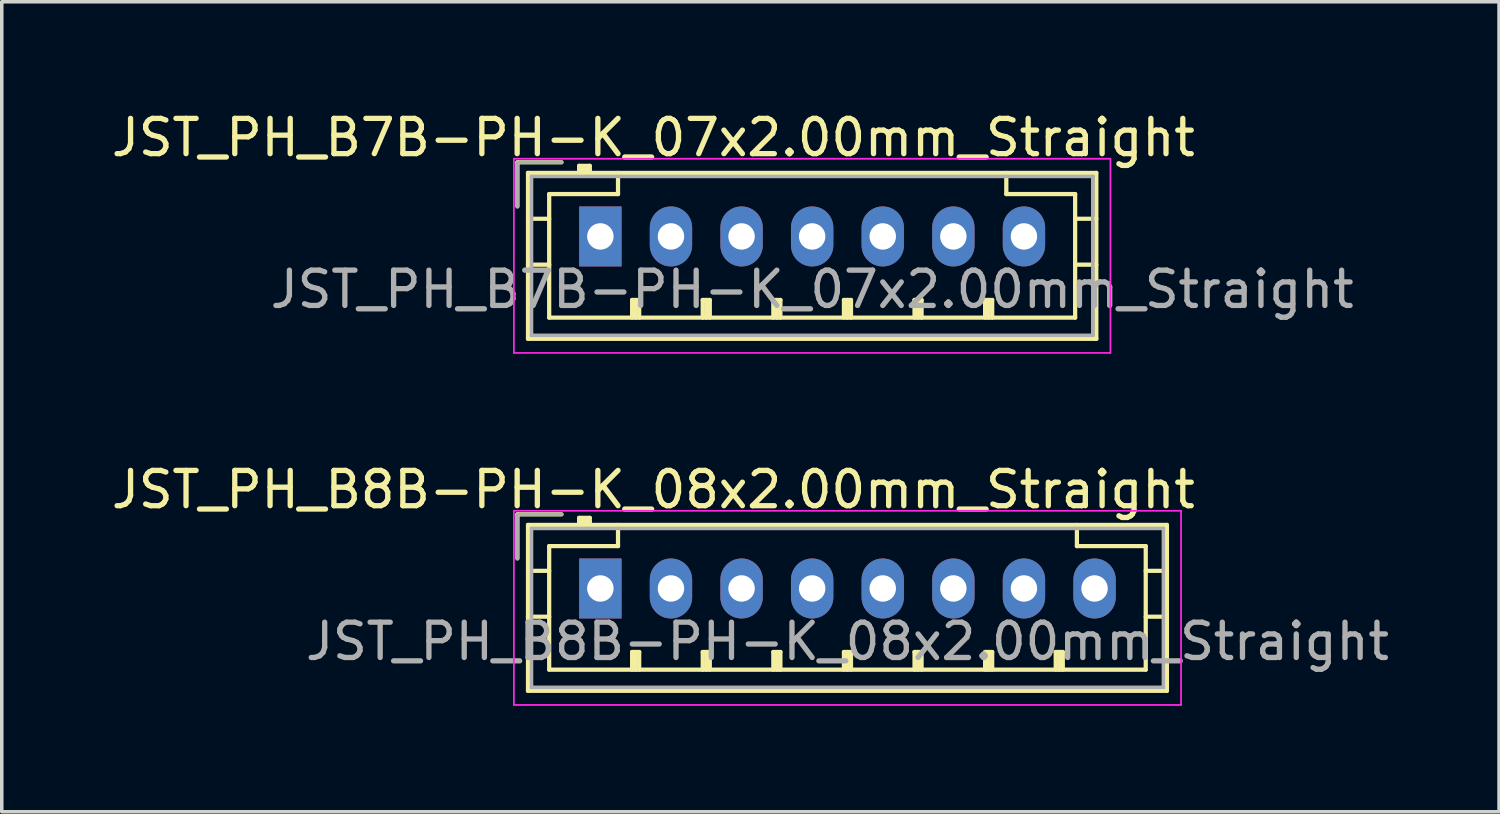
<source format=kicad_pcb>
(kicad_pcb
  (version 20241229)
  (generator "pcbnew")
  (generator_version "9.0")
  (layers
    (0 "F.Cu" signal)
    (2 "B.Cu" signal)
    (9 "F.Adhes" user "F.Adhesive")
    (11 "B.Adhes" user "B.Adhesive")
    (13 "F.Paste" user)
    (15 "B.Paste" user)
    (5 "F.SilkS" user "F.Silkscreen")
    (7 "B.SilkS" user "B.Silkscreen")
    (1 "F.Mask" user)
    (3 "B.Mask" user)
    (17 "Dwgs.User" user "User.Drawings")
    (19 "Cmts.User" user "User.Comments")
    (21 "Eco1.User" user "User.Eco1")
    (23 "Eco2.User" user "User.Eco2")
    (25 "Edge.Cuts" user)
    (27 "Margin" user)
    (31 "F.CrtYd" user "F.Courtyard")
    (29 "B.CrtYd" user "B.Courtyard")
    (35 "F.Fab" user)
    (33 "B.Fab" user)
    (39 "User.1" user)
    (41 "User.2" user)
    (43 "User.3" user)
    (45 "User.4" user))
  (footprint "JST_PH_B8B-PH-K_08x2.00mm_Straight"
    (layer "F.Cu")
    (at 13.958 13.621)
    (property "Reference" "JST_PH_B8B-PH-K_08x2.00mm_Straight" (at 1.5 -2.8 0) (layer "F.SilkS") (effects (font (size 1 1) (thickness 0.15))))
    (attr through_hole)
    (fp_line (start -2.35 -2.1) (end -2.35 -0.85) (stroke (width 0.12) (type solid)) (layer "F.SilkS"))
    (fp_line (start -2.05 -1.8) (end -2.05 2.9) (stroke (width 0.12) (type solid)) (layer "F.SilkS"))
    (fp_line (start -2.05 -0.5) (end -1.45 -0.5) (stroke (width 0.12) (type solid)) (layer "F.SilkS"))
    (fp_line (start -2.05 0.8) (end -1.45 0.8) (stroke (width 0.12) (type solid)) (layer "F.SilkS"))
    (fp_line (start -2.05 2.9) (end 16.05 2.9) (stroke (width 0.12) (type solid)) (layer "F.SilkS"))
    (fp_line (start -1.45 -1.2) (end -1.45 2.3) (stroke (width 0.12) (type solid)) (layer "F.SilkS"))
    (fp_line (start -1.45 2.3) (end 15.45 2.3) (stroke (width 0.12) (type solid)) (layer "F.SilkS"))
    (fp_line (start -1.1 -2.1) (end -2.35 -2.1) (stroke (width 0.12) (type solid)) (layer "F.SilkS"))
    (fp_line (start -0.6 -2) (end -0.6 -1.8) (stroke (width 0.12) (type solid)) (layer "F.SilkS"))
    (fp_line (start -0.3 -2) (end -0.6 -2) (stroke (width 0.12) (type solid)) (layer "F.SilkS"))
    (fp_line (start -0.3 -1.9) (end -0.6 -1.9) (stroke (width 0.12) (type solid)) (layer "F.SilkS"))
    (fp_line (start -0.3 -1.8) (end -0.3 -2) (stroke (width 0.12) (type solid)) (layer "F.SilkS"))
    (fp_line (start 0.5 -1.8) (end 0.5 -1.2) (stroke (width 0.12) (type solid)) (layer "F.SilkS"))
    (fp_line (start 0.5 -1.2) (end -1.45 -1.2) (stroke (width 0.12) (type solid)) (layer "F.SilkS"))
    (fp_line (start 0.9 1.8) (end 1.1 1.8) (stroke (width 0.12) (type solid)) (layer "F.SilkS"))
    (fp_line (start 0.9 2.3) (end 0.9 1.8) (stroke (width 0.12) (type solid)) (layer "F.SilkS"))
    (fp_line (start 1 2.3) (end 1 1.8) (stroke (width 0.12) (type solid)) (layer "F.SilkS"))
    (fp_line (start 1.1 1.8) (end 1.1 2.3) (stroke (width 0.12) (type solid)) (layer "F.SilkS"))
    (fp_line (start 2.9 1.8) (end 3.1 1.8) (stroke (width 0.12) (type solid)) (layer "F.SilkS"))
    (fp_line (start 2.9 2.3) (end 2.9 1.8) (stroke (width 0.12) (type solid)) (layer "F.SilkS"))
    (fp_line (start 3 2.3) (end 3 1.8) (stroke (width 0.12) (type solid)) (layer "F.SilkS"))
    (fp_line (start 3.1 1.8) (end 3.1 2.3) (stroke (width 0.12) (type solid)) (layer "F.SilkS"))
    (fp_line (start 4.9 1.8) (end 5.1 1.8) (stroke (width 0.12) (type solid)) (layer "F.SilkS"))
    (fp_line (start 4.9 2.3) (end 4.9 1.8) (stroke (width 0.12) (type solid)) (layer "F.SilkS"))
    (fp_line (start 5 2.3) (end 5 1.8) (stroke (width 0.12) (type solid)) (layer "F.SilkS"))
    (fp_line (start 5.1 1.8) (end 5.1 2.3) (stroke (width 0.12) (type solid)) (layer "F.SilkS"))
    (fp_line (start 6.9 1.8) (end 7.1 1.8) (stroke (width 0.12) (type solid)) (layer "F.SilkS"))
    (fp_line (start 6.9 2.3) (end 6.9 1.8) (stroke (width 0.12) (type solid)) (layer "F.SilkS"))
    (fp_line (start 7 2.3) (end 7 1.8) (stroke (width 0.12) (type solid)) (layer "F.SilkS"))
    (fp_line (start 7.1 1.8) (end 7.1 2.3) (stroke (width 0.12) (type solid)) (layer "F.SilkS"))
    (fp_line (start 8.9 1.8) (end 9.1 1.8) (stroke (width 0.12) (type solid)) (layer "F.SilkS"))
    (fp_line (start 8.9 2.3) (end 8.9 1.8) (stroke (width 0.12) (type solid)) (layer "F.SilkS"))
    (fp_line (start 9 2.3) (end 9 1.8) (stroke (width 0.12) (type solid)) (layer "F.SilkS"))
    (fp_line (start 9.1 1.8) (end 9.1 2.3) (stroke (width 0.12) (type solid)) (layer "F.SilkS"))
    (fp_line (start 10.9 1.8) (end 11.1 1.8) (stroke (width 0.12) (type solid)) (layer "F.SilkS"))
    (fp_line (start 10.9 2.3) (end 10.9 1.8) (stroke (width 0.12) (type solid)) (layer "F.SilkS"))
    (fp_line (start 11 2.3) (end 11 1.8) (stroke (width 0.12) (type solid)) (layer "F.SilkS"))
    (fp_line (start 11.1 1.8) (end 11.1 2.3) (stroke (width 0.12) (type solid)) (layer "F.SilkS"))
    (fp_line (start 12.9 1.8) (end 13.1 1.8) (stroke (width 0.12) (type solid)) (layer "F.SilkS"))
    (fp_line (start 12.9 2.3) (end 12.9 1.8) (stroke (width 0.12) (type solid)) (layer "F.SilkS"))
    (fp_line (start 13 2.3) (end 13 1.8) (stroke (width 0.12) (type solid)) (layer "F.SilkS"))
    (fp_line (start 13.1 1.8) (end 13.1 2.3) (stroke (width 0.12) (type solid)) (layer "F.SilkS"))
    (fp_line (start 13.5 -1.2) (end 13.5 -1.8) (stroke (width 0.12) (type solid)) (layer "F.SilkS"))
    (fp_line (start 15.45 -1.2) (end 13.5 -1.2) (stroke (width 0.12) (type solid)) (layer "F.SilkS"))
    (fp_line (start 15.45 2.3) (end 15.45 -1.2) (stroke (width 0.12) (type solid)) (layer "F.SilkS"))
    (fp_line (start 16.05 -1.8) (end -2.05 -1.8) (stroke (width 0.12) (type solid)) (layer "F.SilkS"))
    (fp_line (start 16.05 -0.5) (end 15.45 -0.5) (stroke (width 0.12) (type solid)) (layer "F.SilkS"))
    (fp_line (start 16.05 0.8) (end 15.45 0.8) (stroke (width 0.12) (type solid)) (layer "F.SilkS"))
    (fp_line (start 16.05 2.9) (end 16.05 -1.8) (stroke (width 0.12) (type solid)) (layer "F.SilkS"))
    (fp_line (start -2.45 -2.2) (end -2.45 3.3) (stroke (width 0.05) (type solid)) (layer "F.CrtYd"))
    (fp_line (start -2.45 3.3) (end 16.45 3.3) (stroke (width 0.05) (type solid)) (layer "F.CrtYd"))
    (fp_line (start 16.45 -2.2) (end -2.45 -2.2) (stroke (width 0.05) (type solid)) (layer "F.CrtYd"))
    (fp_line (start 16.45 3.3) (end 16.45 -2.2) (stroke (width 0.05) (type solid)) (layer "F.CrtYd"))
    (fp_line (start -2.35 -2.1) (end -2.35 -0.85) (stroke (width 0.1) (type solid)) (layer "F.Fab"))
    (fp_line (start -1.95 -1.7) (end -1.95 2.8) (stroke (width 0.1) (type solid)) (layer "F.Fab"))
    (fp_line (start -1.95 2.8) (end 15.95 2.8) (stroke (width 0.1) (type solid)) (layer "F.Fab"))
    (fp_line (start -1.1 -2.1) (end -2.35 -2.1) (stroke (width 0.1) (type solid)) (layer "F.Fab"))
    (fp_line (start 15.95 -1.7) (end -1.95 -1.7) (stroke (width 0.1) (type solid)) (layer "F.Fab"))
    (fp_line (start 15.95 2.8) (end 15.95 -1.7) (stroke (width 0.1) (type solid)) (layer "F.Fab"))
    (fp_text user "${REFERENCE}" (at 7 1.5 0) (layer "F.Fab") (effects (font (size 1 1) (thickness 0.15))))
    (pad "1" thru_hole rect (at 0 0) (size 1.2 1.7) (drill 0.75) (layers "*.Cu" "*.Mask"))
    (pad "2" thru_hole oval (at 2 0) (size 1.2 1.7) (drill 0.75) (layers "*.Cu" "*.Mask"))
    (pad "3" thru_hole oval (at 4 0) (size 1.2 1.7) (drill 0.75) (layers "*.Cu" "*.Mask"))
    (pad "4" thru_hole oval (at 6 0) (size 1.2 1.7) (drill 0.75) (layers "*.Cu" "*.Mask"))
    (pad "5" thru_hole oval (at 8 0) (size 1.2 1.7) (drill 0.75) (layers "*.Cu" "*.Mask"))
    (pad "6" thru_hole oval (at 10 0) (size 1.2 1.7) (drill 0.75) (layers "*.Cu" "*.Mask"))
    (pad "7" thru_hole oval (at 12 0) (size 1.2 1.7) (drill 0.75) (layers "*.Cu" "*.Mask"))
    (pad "8" thru_hole oval (at 14 0) (size 1.2 1.7) (drill 0.75) (layers "*.Cu" "*.Mask")))
  (footprint "JST_PH_B7B-PH-K_07x2.00mm_Straight"
    (layer "F.Cu")
    (at 13.958 3.648)
    (property "Reference" "JST_PH_B7B-PH-K_07x2.00mm_Straight" (at 1.5 -2.8 0) (layer "F.SilkS") (effects (font (size 1 1) (thickness 0.15))))
    (attr through_hole)
    (fp_line (start -2.35 -2.1) (end -2.35 -0.85) (stroke (width 0.12) (type solid)) (layer "F.SilkS"))
    (fp_line (start -2.05 -1.8) (end -2.05 2.9) (stroke (width 0.12) (type solid)) (layer "F.SilkS"))
    (fp_line (start -2.05 -0.5) (end -1.45 -0.5) (stroke (width 0.12) (type solid)) (layer "F.SilkS"))
    (fp_line (start -2.05 0.8) (end -1.45 0.8) (stroke (width 0.12) (type solid)) (layer "F.SilkS"))
    (fp_line (start -2.05 2.9) (end 14.05 2.9) (stroke (width 0.12) (type solid)) (layer "F.SilkS"))
    (fp_line (start -1.45 -1.2) (end -1.45 2.3) (stroke (width 0.12) (type solid)) (layer "F.SilkS"))
    (fp_line (start -1.45 2.3) (end 13.45 2.3) (stroke (width 0.12) (type solid)) (layer "F.SilkS"))
    (fp_line (start -1.1 -2.1) (end -2.35 -2.1) (stroke (width 0.12) (type solid)) (layer "F.SilkS"))
    (fp_line (start -0.6 -2) (end -0.6 -1.8) (stroke (width 0.12) (type solid)) (layer "F.SilkS"))
    (fp_line (start -0.3 -2) (end -0.6 -2) (stroke (width 0.12) (type solid)) (layer "F.SilkS"))
    (fp_line (start -0.3 -1.9) (end -0.6 -1.9) (stroke (width 0.12) (type solid)) (layer "F.SilkS"))
    (fp_line (start -0.3 -1.8) (end -0.3 -2) (stroke (width 0.12) (type solid)) (layer "F.SilkS"))
    (fp_line (start 0.5 -1.8) (end 0.5 -1.2) (stroke (width 0.12) (type solid)) (layer "F.SilkS"))
    (fp_line (start 0.5 -1.2) (end -1.45 -1.2) (stroke (width 0.12) (type solid)) (layer "F.SilkS"))
    (fp_line (start 0.9 1.8) (end 1.1 1.8) (stroke (width 0.12) (type solid)) (layer "F.SilkS"))
    (fp_line (start 0.9 2.3) (end 0.9 1.8) (stroke (width 0.12) (type solid)) (layer "F.SilkS"))
    (fp_line (start 1 2.3) (end 1 1.8) (stroke (width 0.12) (type solid)) (layer "F.SilkS"))
    (fp_line (start 1.1 1.8) (end 1.1 2.3) (stroke (width 0.12) (type solid)) (layer "F.SilkS"))
    (fp_line (start 2.9 1.8) (end 3.1 1.8) (stroke (width 0.12) (type solid)) (layer "F.SilkS"))
    (fp_line (start 2.9 2.3) (end 2.9 1.8) (stroke (width 0.12) (type solid)) (layer "F.SilkS"))
    (fp_line (start 3 2.3) (end 3 1.8) (stroke (width 0.12) (type solid)) (layer "F.SilkS"))
    (fp_line (start 3.1 1.8) (end 3.1 2.3) (stroke (width 0.12) (type solid)) (layer "F.SilkS"))
    (fp_line (start 4.9 1.8) (end 5.1 1.8) (stroke (width 0.12) (type solid)) (layer "F.SilkS"))
    (fp_line (start 4.9 2.3) (end 4.9 1.8) (stroke (width 0.12) (type solid)) (layer "F.SilkS"))
    (fp_line (start 5 2.3) (end 5 1.8) (stroke (width 0.12) (type solid)) (layer "F.SilkS"))
    (fp_line (start 5.1 1.8) (end 5.1 2.3) (stroke (width 0.12) (type solid)) (layer "F.SilkS"))
    (fp_line (start 6.9 1.8) (end 7.1 1.8) (stroke (width 0.12) (type solid)) (layer "F.SilkS"))
    (fp_line (start 6.9 2.3) (end 6.9 1.8) (stroke (width 0.12) (type solid)) (layer "F.SilkS"))
    (fp_line (start 7 2.3) (end 7 1.8) (stroke (width 0.12) (type solid)) (layer "F.SilkS"))
    (fp_line (start 7.1 1.8) (end 7.1 2.3) (stroke (width 0.12) (type solid)) (layer "F.SilkS"))
    (fp_line (start 8.9 1.8) (end 9.1 1.8) (stroke (width 0.12) (type solid)) (layer "F.SilkS"))
    (fp_line (start 8.9 2.3) (end 8.9 1.8) (stroke (width 0.12) (type solid)) (layer "F.SilkS"))
    (fp_line (start 9 2.3) (end 9 1.8) (stroke (width 0.12) (type solid)) (layer "F.SilkS"))
    (fp_line (start 9.1 1.8) (end 9.1 2.3) (stroke (width 0.12) (type solid)) (layer "F.SilkS"))
    (fp_line (start 10.9 1.8) (end 11.1 1.8) (stroke (width 0.12) (type solid)) (layer "F.SilkS"))
    (fp_line (start 10.9 2.3) (end 10.9 1.8) (stroke (width 0.12) (type solid)) (layer "F.SilkS"))
    (fp_line (start 11 2.3) (end 11 1.8) (stroke (width 0.12) (type solid)) (layer "F.SilkS"))
    (fp_line (start 11.1 1.8) (end 11.1 2.3) (stroke (width 0.12) (type solid)) (layer "F.SilkS"))
    (fp_line (start 11.5 -1.2) (end 11.5 -1.8) (stroke (width 0.12) (type solid)) (layer "F.SilkS"))
    (fp_line (start 13.45 -1.2) (end 11.5 -1.2) (stroke (width 0.12) (type solid)) (layer "F.SilkS"))
    (fp_line (start 13.45 2.3) (end 13.45 -1.2) (stroke (width 0.12) (type solid)) (layer "F.SilkS"))
    (fp_line (start 14.05 -1.8) (end -2.05 -1.8) (stroke (width 0.12) (type solid)) (layer "F.SilkS"))
    (fp_line (start 14.05 -0.5) (end 13.45 -0.5) (stroke (width 0.12) (type solid)) (layer "F.SilkS"))
    (fp_line (start 14.05 0.8) (end 13.45 0.8) (stroke (width 0.12) (type solid)) (layer "F.SilkS"))
    (fp_line (start 14.05 2.9) (end 14.05 -1.8) (stroke (width 0.12) (type solid)) (layer "F.SilkS"))
    (fp_line (start -2.45 -2.2) (end -2.45 3.3) (stroke (width 0.05) (type solid)) (layer "F.CrtYd"))
    (fp_line (start -2.45 3.3) (end 14.45 3.3) (stroke (width 0.05) (type solid)) (layer "F.CrtYd"))
    (fp_line (start 14.45 -2.2) (end -2.45 -2.2) (stroke (width 0.05) (type solid)) (layer "F.CrtYd"))
    (fp_line (start 14.45 3.3) (end 14.45 -2.2) (stroke (width 0.05) (type solid)) (layer "F.CrtYd"))
    (fp_line (start -2.35 -2.1) (end -2.35 -0.85) (stroke (width 0.1) (type solid)) (layer "F.Fab"))
    (fp_line (start -1.95 -1.7) (end -1.95 2.8) (stroke (width 0.1) (type solid)) (layer "F.Fab"))
    (fp_line (start -1.95 2.8) (end 13.95 2.8) (stroke (width 0.1) (type solid)) (layer "F.Fab"))
    (fp_line (start -1.1 -2.1) (end -2.35 -2.1) (stroke (width 0.1) (type solid)) (layer "F.Fab"))
    (fp_line (start 13.95 -1.7) (end -1.95 -1.7) (stroke (width 0.1) (type solid)) (layer "F.Fab"))
    (fp_line (start 13.95 2.8) (end 13.95 -1.7) (stroke (width 0.1) (type solid)) (layer "F.Fab"))
    (fp_text user "${REFERENCE}" (at 6 1.5 0) (layer "F.Fab") (effects (font (size 1 1) (thickness 0.15))))
    (pad "1" thru_hole rect (at 0 0) (size 1.2 1.7) (drill 0.75) (layers "*.Cu" "*.Mask"))
    (pad "2" thru_hole oval (at 2 0) (size 1.2 1.7) (drill 0.75) (layers "*.Cu" "*.Mask"))
    (pad "3" thru_hole oval (at 4 0) (size 1.2 1.7) (drill 0.75) (layers "*.Cu" "*.Mask"))
    (pad "4" thru_hole oval (at 6 0) (size 1.2 1.7) (drill 0.75) (layers "*.Cu" "*.Mask"))
    (pad "5" thru_hole oval (at 8 0) (size 1.2 1.7) (drill 0.75) (layers "*.Cu" "*.Mask"))
    (pad "6" thru_hole oval (at 10 0) (size 1.2 1.7) (drill 0.75) (layers "*.Cu" "*.Mask"))
    (pad "7" thru_hole oval (at 12 0) (size 1.2 1.7) (drill 0.75) (layers "*.Cu" "*.Mask")))
  (gr_rect
    (start -3 -3)
    (end 39.417 19.947)
    (stroke (width 0.1) (type default))
    (fill no)
    (layer "Edge.Cuts")))
</source>
